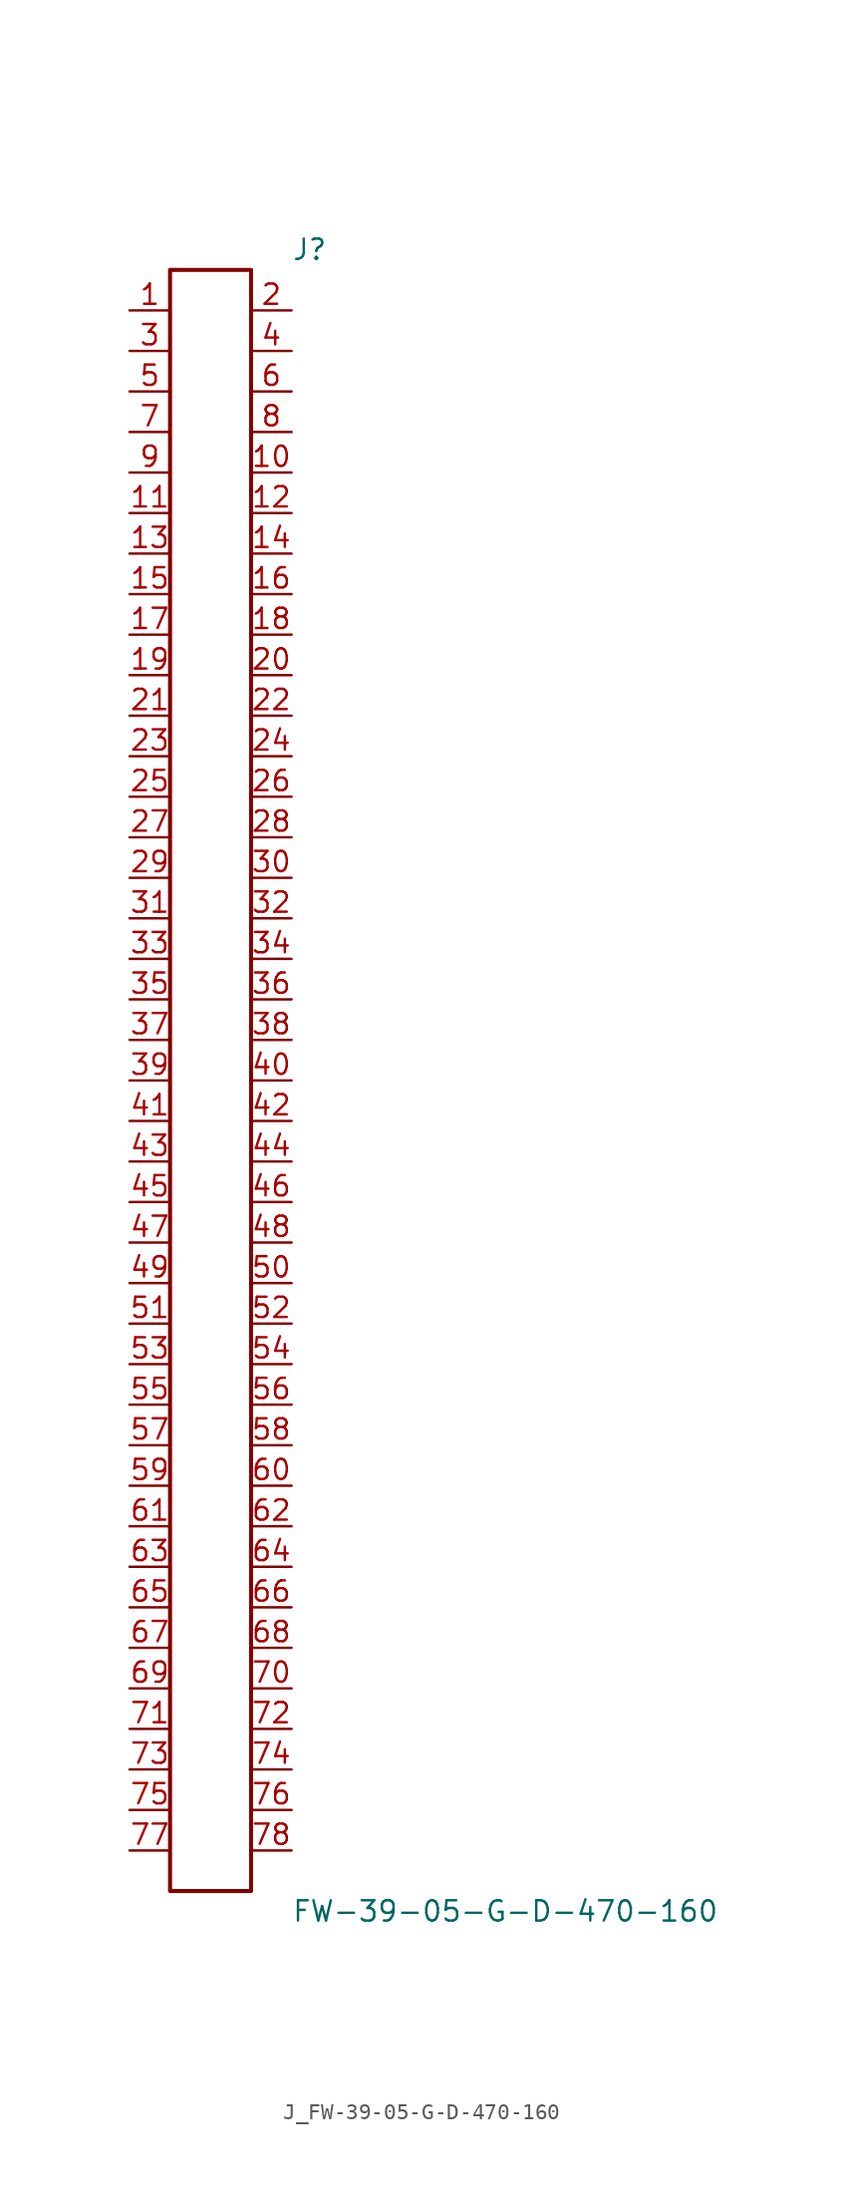
<source format=kicad_sym>
(kicad_symbol_lib
  (version 20231120)
  (generator kicad_symbol_editor)
  (generator_version 8.0)
  (symbol "J_FW-39-05-G-D-470-160"
    (pin_names
      (offset 0.254))
    (property "Reference" "J"
      (at 5.08 52.07 0)
      (effects (font (size 1.27 1.27)) (justify left)))
    (property "Value" "FW-39-05-G-D-470-160"
      (at 5.08 -52.07 0)
      (effects (font (size 1.27 1.27)) (justify left)))
    (symbol "J_FW-39-05-G-D-470-160_0_0"
      (pin unspecified line (at -5.08 48.26 0) (length 2.54) (name "" (effects (font (size 1.27 1.27)))) (number "1" (effects (font (size 1.27 1.27)))))
      (pin unspecified line (at 5.08 48.26 180) (length 2.54) (name "" (effects (font (size 1.27 1.27)))) (number "2" (effects (font (size 1.27 1.27)))))
      (pin unspecified line (at -5.08 45.72 0) (length 2.54) (name "" (effects (font (size 1.27 1.27)))) (number "3" (effects (font (size 1.27 1.27)))))
      (pin unspecified line (at 5.08 45.72 180) (length 2.54) (name "" (effects (font (size 1.27 1.27)))) (number "4" (effects (font (size 1.27 1.27)))))
      (pin unspecified line (at -5.08 43.18 0) (length 2.54) (name "" (effects (font (size 1.27 1.27)))) (number "5" (effects (font (size 1.27 1.27)))))
      (pin unspecified line (at 5.08 43.18 180) (length 2.54) (name "" (effects (font (size 1.27 1.27)))) (number "6" (effects (font (size 1.27 1.27)))))
      (pin unspecified line (at -5.08 40.64 0) (length 2.54) (name "" (effects (font (size 1.27 1.27)))) (number "7" (effects (font (size 1.27 1.27)))))
      (pin unspecified line (at 5.08 40.64 180) (length 2.54) (name "" (effects (font (size 1.27 1.27)))) (number "8" (effects (font (size 1.27 1.27)))))
      (pin unspecified line (at -5.08 38.1 0) (length 2.54) (name "" (effects (font (size 1.27 1.27)))) (number "9" (effects (font (size 1.27 1.27)))))
      (pin unspecified line (at 5.08 38.1 180) (length 2.54) (name "" (effects (font (size 1.27 1.27)))) (number "10" (effects (font (size 1.27 1.27)))))
      (pin unspecified line (at -5.08 35.56 0) (length 2.54) (name "" (effects (font (size 1.27 1.27)))) (number "11" (effects (font (size 1.27 1.27)))))
      (pin unspecified line (at 5.08 35.56 180) (length 2.54) (name "" (effects (font (size 1.27 1.27)))) (number "12" (effects (font (size 1.27 1.27)))))
      (pin unspecified line (at -5.08 33.02 0) (length 2.54) (name "" (effects (font (size 1.27 1.27)))) (number "13" (effects (font (size 1.27 1.27)))))
      (pin unspecified line (at 5.08 33.02 180) (length 2.54) (name "" (effects (font (size 1.27 1.27)))) (number "14" (effects (font (size 1.27 1.27)))))
      (pin unspecified line (at -5.08 30.48 0) (length 2.54) (name "" (effects (font (size 1.27 1.27)))) (number "15" (effects (font (size 1.27 1.27)))))
      (pin unspecified line (at 5.08 30.48 180) (length 2.54) (name "" (effects (font (size 1.27 1.27)))) (number "16" (effects (font (size 1.27 1.27)))))
      (pin unspecified line (at -5.08 27.94 0) (length 2.54) (name "" (effects (font (size 1.27 1.27)))) (number "17" (effects (font (size 1.27 1.27)))))
      (pin unspecified line (at 5.08 27.94 180) (length 2.54) (name "" (effects (font (size 1.27 1.27)))) (number "18" (effects (font (size 1.27 1.27)))))
      (pin unspecified line (at -5.08 25.4 0) (length 2.54) (name "" (effects (font (size 1.27 1.27)))) (number "19" (effects (font (size 1.27 1.27)))))
      (pin unspecified line (at 5.08 25.4 180) (length 2.54) (name "" (effects (font (size 1.27 1.27)))) (number "20" (effects (font (size 1.27 1.27)))))
      (pin unspecified line (at -5.08 22.86 0) (length 2.54) (name "" (effects (font (size 1.27 1.27)))) (number "21" (effects (font (size 1.27 1.27)))))
      (pin unspecified line (at 5.08 22.86 180) (length 2.54) (name "" (effects (font (size 1.27 1.27)))) (number "22" (effects (font (size 1.27 1.27)))))
      (pin unspecified line (at -5.08 20.32 0) (length 2.54) (name "" (effects (font (size 1.27 1.27)))) (number "23" (effects (font (size 1.27 1.27)))))
      (pin unspecified line (at 5.08 20.32 180) (length 2.54) (name "" (effects (font (size 1.27 1.27)))) (number "24" (effects (font (size 1.27 1.27)))))
      (pin unspecified line (at -5.08 17.78 0) (length 2.54) (name "" (effects (font (size 1.27 1.27)))) (number "25" (effects (font (size 1.27 1.27)))))
      (pin unspecified line (at 5.08 17.78 180) (length 2.54) (name "" (effects (font (size 1.27 1.27)))) (number "26" (effects (font (size 1.27 1.27)))))
      (pin unspecified line (at -5.08 15.24 0) (length 2.54) (name "" (effects (font (size 1.27 1.27)))) (number "27" (effects (font (size 1.27 1.27)))))
      (pin unspecified line (at 5.08 15.24 180) (length 2.54) (name "" (effects (font (size 1.27 1.27)))) (number "28" (effects (font (size 1.27 1.27)))))
      (pin unspecified line (at -5.08 12.7 0) (length 2.54) (name "" (effects (font (size 1.27 1.27)))) (number "29" (effects (font (size 1.27 1.27)))))
      (pin unspecified line (at 5.08 12.7 180) (length 2.54) (name "" (effects (font (size 1.27 1.27)))) (number "30" (effects (font (size 1.27 1.27)))))
      (pin unspecified line (at -5.08 10.16 0) (length 2.54) (name "" (effects (font (size 1.27 1.27)))) (number "31" (effects (font (size 1.27 1.27)))))
      (pin unspecified line (at 5.08 10.16 180) (length 2.54) (name "" (effects (font (size 1.27 1.27)))) (number "32" (effects (font (size 1.27 1.27)))))
      (pin unspecified line (at -5.08 7.62 0) (length 2.54) (name "" (effects (font (size 1.27 1.27)))) (number "33" (effects (font (size 1.27 1.27)))))
      (pin unspecified line (at 5.08 7.62 180) (length 2.54) (name "" (effects (font (size 1.27 1.27)))) (number "34" (effects (font (size 1.27 1.27)))))
      (pin unspecified line (at -5.08 5.08 0) (length 2.54) (name "" (effects (font (size 1.27 1.27)))) (number "35" (effects (font (size 1.27 1.27)))))
      (pin unspecified line (at 5.08 5.08 180) (length 2.54) (name "" (effects (font (size 1.27 1.27)))) (number "36" (effects (font (size 1.27 1.27)))))
      (pin unspecified line (at -5.08 2.54 0) (length 2.54) (name "" (effects (font (size 1.27 1.27)))) (number "37" (effects (font (size 1.27 1.27)))))
      (pin unspecified line (at 5.08 2.54 180) (length 2.54) (name "" (effects (font (size 1.27 1.27)))) (number "38" (effects (font (size 1.27 1.27)))))
      (pin unspecified line (at -5.08 0.0 0) (length 2.54) (name "" (effects (font (size 1.27 1.27)))) (number "39" (effects (font (size 1.27 1.27)))))
      (pin unspecified line (at 5.08 0.0 180) (length 2.54) (name "" (effects (font (size 1.27 1.27)))) (number "40" (effects (font (size 1.27 1.27)))))
      (pin unspecified line (at -5.08 -2.54 0) (length 2.54) (name "" (effects (font (size 1.27 1.27)))) (number "41" (effects (font (size 1.27 1.27)))))
      (pin unspecified line (at 5.08 -2.54 180) (length 2.54) (name "" (effects (font (size 1.27 1.27)))) (number "42" (effects (font (size 1.27 1.27)))))
      (pin unspecified line (at -5.08 -5.08 0) (length 2.54) (name "" (effects (font (size 1.27 1.27)))) (number "43" (effects (font (size 1.27 1.27)))))
      (pin unspecified line (at 5.08 -5.08 180) (length 2.54) (name "" (effects (font (size 1.27 1.27)))) (number "44" (effects (font (size 1.27 1.27)))))
      (pin unspecified line (at -5.08 -7.62 0) (length 2.54) (name "" (effects (font (size 1.27 1.27)))) (number "45" (effects (font (size 1.27 1.27)))))
      (pin unspecified line (at 5.08 -7.62 180) (length 2.54) (name "" (effects (font (size 1.27 1.27)))) (number "46" (effects (font (size 1.27 1.27)))))
      (pin unspecified line (at -5.08 -10.16 0) (length 2.54) (name "" (effects (font (size 1.27 1.27)))) (number "47" (effects (font (size 1.27 1.27)))))
      (pin unspecified line (at 5.08 -10.16 180) (length 2.54) (name "" (effects (font (size 1.27 1.27)))) (number "48" (effects (font (size 1.27 1.27)))))
      (pin unspecified line (at -5.08 -12.7 0) (length 2.54) (name "" (effects (font (size 1.27 1.27)))) (number "49" (effects (font (size 1.27 1.27)))))
      (pin unspecified line (at 5.08 -12.7 180) (length 2.54) (name "" (effects (font (size 1.27 1.27)))) (number "50" (effects (font (size 1.27 1.27)))))
      (pin unspecified line (at -5.08 -15.24 0) (length 2.54) (name "" (effects (font (size 1.27 1.27)))) (number "51" (effects (font (size 1.27 1.27)))))
      (pin unspecified line (at 5.08 -15.24 180) (length 2.54) (name "" (effects (font (size 1.27 1.27)))) (number "52" (effects (font (size 1.27 1.27)))))
      (pin unspecified line (at -5.08 -17.78 0) (length 2.54) (name "" (effects (font (size 1.27 1.27)))) (number "53" (effects (font (size 1.27 1.27)))))
      (pin unspecified line (at 5.08 -17.78 180) (length 2.54) (name "" (effects (font (size 1.27 1.27)))) (number "54" (effects (font (size 1.27 1.27)))))
      (pin unspecified line (at -5.08 -20.32 0) (length 2.54) (name "" (effects (font (size 1.27 1.27)))) (number "55" (effects (font (size 1.27 1.27)))))
      (pin unspecified line (at 5.08 -20.32 180) (length 2.54) (name "" (effects (font (size 1.27 1.27)))) (number "56" (effects (font (size 1.27 1.27)))))
      (pin unspecified line (at -5.08 -22.86 0) (length 2.54) (name "" (effects (font (size 1.27 1.27)))) (number "57" (effects (font (size 1.27 1.27)))))
      (pin unspecified line (at 5.08 -22.86 180) (length 2.54) (name "" (effects (font (size 1.27 1.27)))) (number "58" (effects (font (size 1.27 1.27)))))
      (pin unspecified line (at -5.08 -25.4 0) (length 2.54) (name "" (effects (font (size 1.27 1.27)))) (number "59" (effects (font (size 1.27 1.27)))))
      (pin unspecified line (at 5.08 -25.4 180) (length 2.54) (name "" (effects (font (size 1.27 1.27)))) (number "60" (effects (font (size 1.27 1.27)))))
      (pin unspecified line (at -5.08 -27.94 0) (length 2.54) (name "" (effects (font (size 1.27 1.27)))) (number "61" (effects (font (size 1.27 1.27)))))
      (pin unspecified line (at 5.08 -27.94 180) (length 2.54) (name "" (effects (font (size 1.27 1.27)))) (number "62" (effects (font (size 1.27 1.27)))))
      (pin unspecified line (at -5.08 -30.48 0) (length 2.54) (name "" (effects (font (size 1.27 1.27)))) (number "63" (effects (font (size 1.27 1.27)))))
      (pin unspecified line (at 5.08 -30.48 180) (length 2.54) (name "" (effects (font (size 1.27 1.27)))) (number "64" (effects (font (size 1.27 1.27)))))
      (pin unspecified line (at -5.08 -33.02 0) (length 2.54) (name "" (effects (font (size 1.27 1.27)))) (number "65" (effects (font (size 1.27 1.27)))))
      (pin unspecified line (at 5.08 -33.02 180) (length 2.54) (name "" (effects (font (size 1.27 1.27)))) (number "66" (effects (font (size 1.27 1.27)))))
      (pin unspecified line (at -5.08 -35.56 0) (length 2.54) (name "" (effects (font (size 1.27 1.27)))) (number "67" (effects (font (size 1.27 1.27)))))
      (pin unspecified line (at 5.08 -35.56 180) (length 2.54) (name "" (effects (font (size 1.27 1.27)))) (number "68" (effects (font (size 1.27 1.27)))))
      (pin unspecified line (at -5.08 -38.1 0) (length 2.54) (name "" (effects (font (size 1.27 1.27)))) (number "69" (effects (font (size 1.27 1.27)))))
      (pin unspecified line (at 5.08 -38.1 180) (length 2.54) (name "" (effects (font (size 1.27 1.27)))) (number "70" (effects (font (size 1.27 1.27)))))
      (pin unspecified line (at -5.08 -40.64 0) (length 2.54) (name "" (effects (font (size 1.27 1.27)))) (number "71" (effects (font (size 1.27 1.27)))))
      (pin unspecified line (at 5.08 -40.64 180) (length 2.54) (name "" (effects (font (size 1.27 1.27)))) (number "72" (effects (font (size 1.27 1.27)))))
      (pin unspecified line (at -5.08 -43.18 0) (length 2.54) (name "" (effects (font (size 1.27 1.27)))) (number "73" (effects (font (size 1.27 1.27)))))
      (pin unspecified line (at 5.08 -43.18 180) (length 2.54) (name "" (effects (font (size 1.27 1.27)))) (number "74" (effects (font (size 1.27 1.27)))))
      (pin unspecified line (at -5.08 -45.72 0) (length 2.54) (name "" (effects (font (size 1.27 1.27)))) (number "75" (effects (font (size 1.27 1.27)))))
      (pin unspecified line (at 5.08 -45.72 180) (length 2.54) (name "" (effects (font (size 1.27 1.27)))) (number "76" (effects (font (size 1.27 1.27)))))
      (pin unspecified line (at -5.08 -48.26 0) (length 2.54) (name "" (effects (font (size 1.27 1.27)))) (number "77" (effects (font (size 1.27 1.27)))))
      (pin unspecified line (at 5.08 -48.26 180) (length 2.54) (name "" (effects (font (size 1.27 1.27)))) (number "78" (effects (font (size 1.27 1.27))))))
    (symbol "J_FW-39-05-G-D-470-160_1_0"
      (rectangle (start -2.54 50.8) (end 2.54 -50.8) (stroke (width 0.254) (type solid)) (fill (type none))))))
</source>
